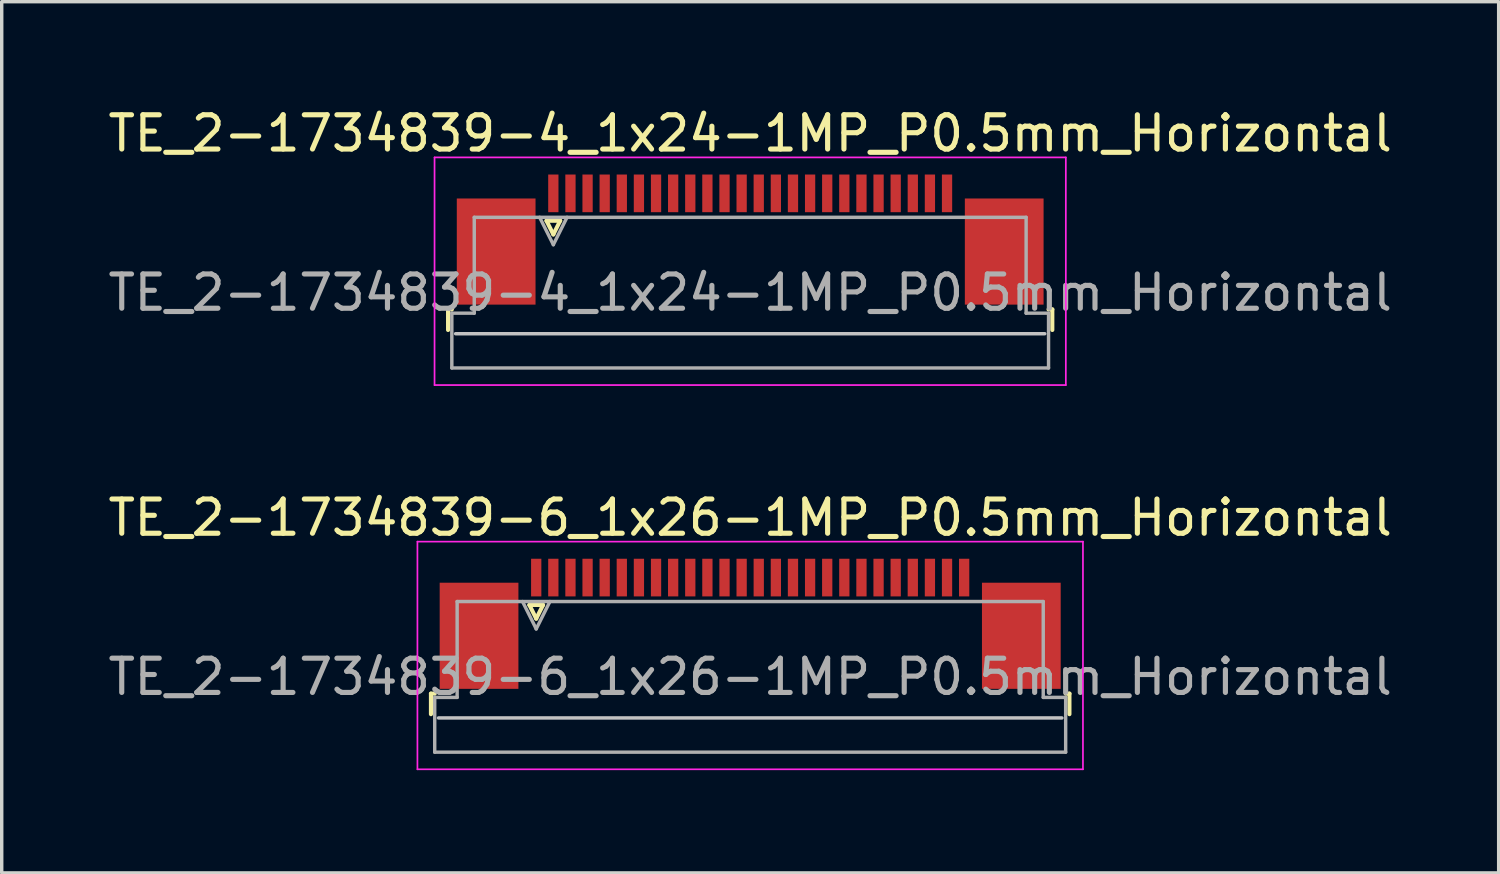
<source format=kicad_pcb>
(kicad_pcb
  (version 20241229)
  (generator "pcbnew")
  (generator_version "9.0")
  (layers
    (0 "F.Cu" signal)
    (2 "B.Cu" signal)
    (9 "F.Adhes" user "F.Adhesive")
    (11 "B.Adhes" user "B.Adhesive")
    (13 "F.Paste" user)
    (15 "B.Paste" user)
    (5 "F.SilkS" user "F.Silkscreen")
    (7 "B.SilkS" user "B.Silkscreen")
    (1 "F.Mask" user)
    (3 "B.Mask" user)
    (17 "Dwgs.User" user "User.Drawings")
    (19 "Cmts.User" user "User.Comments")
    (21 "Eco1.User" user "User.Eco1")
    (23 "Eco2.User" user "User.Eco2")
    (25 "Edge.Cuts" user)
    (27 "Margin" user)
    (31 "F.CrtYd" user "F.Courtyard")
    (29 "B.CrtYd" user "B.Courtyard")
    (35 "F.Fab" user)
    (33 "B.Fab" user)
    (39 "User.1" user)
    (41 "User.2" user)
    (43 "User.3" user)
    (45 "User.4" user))
  (footprint "TE_2-1734839-4_1x24-1MP_P0.5mm_Horizontal"
    (layer "F.Cu")
    (at 18.863 3.948)
    (property "Reference" "TE_2-1734839-4_1x24-1MP_P0.5mm_Horizontal" (at 0 -3.1 0) (layer "F.SilkS") (effects (font (size 1 1) (thickness 0.15))))
    (attr smd)
    (fp_line (start -8.825 2.04) (end -8.825 2.64) (stroke (width 0.12) (type solid)) (layer "F.SilkS"))
    (fp_line (start -8.715 2.04) (end -8.825 2.04) (stroke (width 0.12) (type solid)) (layer "F.SilkS"))
    (fp_line (start -5.95 -0.55) (end -5.75 -0.15) (stroke (width 0.12) (type solid)) (layer "F.SilkS"))
    (fp_line (start -5.75 -0.15) (end -5.55 -0.55) (stroke (width 0.12) (type solid)) (layer "F.SilkS"))
    (fp_line (start -5.55 -0.55) (end -5.95 -0.55) (stroke (width 0.12) (type solid)) (layer "F.SilkS"))
    (fp_line (start 8.715 2.04) (end 8.825 2.04) (stroke (width 0.12) (type solid)) (layer "F.SilkS"))
    (fp_line (start 8.825 2.04) (end 8.825 2.64) (stroke (width 0.12) (type solid)) (layer "F.SilkS"))
    (fp_line (start 8.605 2.75) (end -8.605 2.75) (stroke (width 0.1) (type solid)) (layer "Dwgs.User"))
    (fp_line (start -9.22 -2.4) (end -9.22 4.25) (stroke (width 0.05) (type solid)) (layer "F.CrtYd"))
    (fp_line (start -9.22 4.25) (end 9.22 4.25) (stroke (width 0.05) (type solid)) (layer "F.CrtYd"))
    (fp_line (start 9.22 -2.4) (end -9.22 -2.4) (stroke (width 0.05) (type solid)) (layer "F.CrtYd"))
    (fp_line (start 9.22 4.25) (end 9.22 -2.4) (stroke (width 0.05) (type solid)) (layer "F.CrtYd"))
    (fp_line (start -8.715 2.15) (end -8.06 2.15) (stroke (width 0.1) (type solid)) (layer "F.Fab"))
    (fp_line (start -8.715 3.75) (end -8.715 2.15) (stroke (width 0.1) (type solid)) (layer "F.Fab"))
    (fp_line (start -8.06 -0.65) (end 8.06 -0.65) (stroke (width 0.1) (type solid)) (layer "F.Fab"))
    (fp_line (start -8.06 2.15) (end -8.06 -0.65) (stroke (width 0.1) (type solid)) (layer "F.Fab"))
    (fp_line (start -6.15 -0.65) (end -5.75 0.15) (stroke (width 0.1) (type solid)) (layer "F.Fab"))
    (fp_line (start -5.75 0.15) (end -5.35 -0.65) (stroke (width 0.1) (type solid)) (layer "F.Fab"))
    (fp_line (start 8.06 -0.65) (end 8.06 2.15) (stroke (width 0.1) (type solid)) (layer "F.Fab"))
    (fp_line (start 8.06 2.15) (end 8.715 2.15) (stroke (width 0.1) (type solid)) (layer "F.Fab"))
    (fp_line (start 8.715 2.15) (end 8.715 3.75) (stroke (width 0.1) (type solid)) (layer "F.Fab"))
    (fp_line (start 8.715 3.75) (end -8.715 3.75) (stroke (width 0.1) (type solid)) (layer "F.Fab"))
    (fp_text user "${REFERENCE}" (at 0 1.55 0) (layer "F.Fab") (effects (font (size 1 1) (thickness 0.15))))
    (pad "1" smd rect (at -5.75 -1.35) (size 0.3 1.1) (layers "F.Cu" "F.Mask" "F.Paste"))
    (pad "2" smd rect (at -5.25 -1.35) (size 0.3 1.1) (layers "F.Cu" "F.Mask" "F.Paste"))
    (pad "3" smd rect (at -4.75 -1.35) (size 0.3 1.1) (layers "F.Cu" "F.Mask" "F.Paste"))
    (pad "4" smd rect (at -4.25 -1.35) (size 0.3 1.1) (layers "F.Cu" "F.Mask" "F.Paste"))
    (pad "5" smd rect (at -3.75 -1.35) (size 0.3 1.1) (layers "F.Cu" "F.Mask" "F.Paste"))
    (pad "6" smd rect (at -3.25 -1.35) (size 0.3 1.1) (layers "F.Cu" "F.Mask" "F.Paste"))
    (pad "7" smd rect (at -2.75 -1.35) (size 0.3 1.1) (layers "F.Cu" "F.Mask" "F.Paste"))
    (pad "8" smd rect (at -2.25 -1.35) (size 0.3 1.1) (layers "F.Cu" "F.Mask" "F.Paste"))
    (pad "9" smd rect (at -1.75 -1.35) (size 0.3 1.1) (layers "F.Cu" "F.Mask" "F.Paste"))
    (pad "10" smd rect (at -1.25 -1.35) (size 0.3 1.1) (layers "F.Cu" "F.Mask" "F.Paste"))
    (pad "11" smd rect (at -0.75 -1.35) (size 0.3 1.1) (layers "F.Cu" "F.Mask" "F.Paste"))
    (pad "12" smd rect (at -0.25 -1.35) (size 0.3 1.1) (layers "F.Cu" "F.Mask" "F.Paste"))
    (pad "13" smd rect (at 0.25 -1.35) (size 0.3 1.1) (layers "F.Cu" "F.Mask" "F.Paste"))
    (pad "14" smd rect (at 0.75 -1.35) (size 0.3 1.1) (layers "F.Cu" "F.Mask" "F.Paste"))
    (pad "15" smd rect (at 1.25 -1.35) (size 0.3 1.1) (layers "F.Cu" "F.Mask" "F.Paste"))
    (pad "16" smd rect (at 1.75 -1.35) (size 0.3 1.1) (layers "F.Cu" "F.Mask" "F.Paste"))
    (pad "17" smd rect (at 2.25 -1.35) (size 0.3 1.1) (layers "F.Cu" "F.Mask" "F.Paste"))
    (pad "18" smd rect (at 2.75 -1.35) (size 0.3 1.1) (layers "F.Cu" "F.Mask" "F.Paste"))
    (pad "19" smd rect (at 3.25 -1.35) (size 0.3 1.1) (layers "F.Cu" "F.Mask" "F.Paste"))
    (pad "20" smd rect (at 3.75 -1.35) (size 0.3 1.1) (layers "F.Cu" "F.Mask" "F.Paste"))
    (pad "21" smd rect (at 4.25 -1.35) (size 0.3 1.1) (layers "F.Cu" "F.Mask" "F.Paste"))
    (pad "22" smd rect (at 4.75 -1.35) (size 0.3 1.1) (layers "F.Cu" "F.Mask" "F.Paste"))
    (pad "23" smd rect (at 5.25 -1.35) (size 0.3 1.1) (layers "F.Cu" "F.Mask" "F.Paste"))
    (pad "24" smd rect (at 5.75 -1.35) (size 0.3 1.1) (layers "F.Cu" "F.Mask" "F.Paste"))
    (pad "MP" smd rect (at -7.42 0.35) (size 2.3 3.1) (layers "F.Cu" "F.Mask" "F.Paste"))
    (pad "MP" smd rect (at 7.42 0.35) (size 2.3 3.1) (layers "F.Cu" "F.Mask" "F.Paste")))
  (footprint "TE_2-1734839-6_1x26-1MP_P0.5mm_Horizontal"
    (layer "F.Cu")
    (at 18.863 15.171)
    (property "Reference" "TE_2-1734839-6_1x26-1MP_P0.5mm_Horizontal" (at 0 -3.1 0) (layer "F.SilkS") (effects (font (size 1 1) (thickness 0.15))))
    (attr smd)
    (fp_line (start -9.325 2.04) (end -9.325 2.64) (stroke (width 0.12) (type solid)) (layer "F.SilkS"))
    (fp_line (start -9.215 2.04) (end -9.325 2.04) (stroke (width 0.12) (type solid)) (layer "F.SilkS"))
    (fp_line (start -6.45 -0.55) (end -6.25 -0.15) (stroke (width 0.12) (type solid)) (layer "F.SilkS"))
    (fp_line (start -6.25 -0.15) (end -6.05 -0.55) (stroke (width 0.12) (type solid)) (layer "F.SilkS"))
    (fp_line (start -6.05 -0.55) (end -6.45 -0.55) (stroke (width 0.12) (type solid)) (layer "F.SilkS"))
    (fp_line (start 9.215 2.04) (end 9.325 2.04) (stroke (width 0.12) (type solid)) (layer "F.SilkS"))
    (fp_line (start 9.325 2.04) (end 9.325 2.64) (stroke (width 0.12) (type solid)) (layer "F.SilkS"))
    (fp_line (start 9.105 2.75) (end -9.105 2.75) (stroke (width 0.1) (type solid)) (layer "Dwgs.User"))
    (fp_line (start -9.72 -2.4) (end -9.72 4.25) (stroke (width 0.05) (type solid)) (layer "F.CrtYd"))
    (fp_line (start -9.72 4.25) (end 9.72 4.25) (stroke (width 0.05) (type solid)) (layer "F.CrtYd"))
    (fp_line (start 9.72 -2.4) (end -9.72 -2.4) (stroke (width 0.05) (type solid)) (layer "F.CrtYd"))
    (fp_line (start 9.72 4.25) (end 9.72 -2.4) (stroke (width 0.05) (type solid)) (layer "F.CrtYd"))
    (fp_line (start -9.215 2.15) (end -8.56 2.15) (stroke (width 0.1) (type solid)) (layer "F.Fab"))
    (fp_line (start -9.215 3.75) (end -9.215 2.15) (stroke (width 0.1) (type solid)) (layer "F.Fab"))
    (fp_line (start -8.56 -0.65) (end 8.56 -0.65) (stroke (width 0.1) (type solid)) (layer "F.Fab"))
    (fp_line (start -8.56 2.15) (end -8.56 -0.65) (stroke (width 0.1) (type solid)) (layer "F.Fab"))
    (fp_line (start -6.65 -0.65) (end -6.25 0.15) (stroke (width 0.1) (type solid)) (layer "F.Fab"))
    (fp_line (start -6.25 0.15) (end -5.85 -0.65) (stroke (width 0.1) (type solid)) (layer "F.Fab"))
    (fp_line (start 8.56 -0.65) (end 8.56 2.15) (stroke (width 0.1) (type solid)) (layer "F.Fab"))
    (fp_line (start 8.56 2.15) (end 9.215 2.15) (stroke (width 0.1) (type solid)) (layer "F.Fab"))
    (fp_line (start 9.215 2.15) (end 9.215 3.75) (stroke (width 0.1) (type solid)) (layer "F.Fab"))
    (fp_line (start 9.215 3.75) (end -9.215 3.75) (stroke (width 0.1) (type solid)) (layer "F.Fab"))
    (fp_text user "${REFERENCE}" (at 0 1.55 0) (layer "F.Fab") (effects (font (size 1 1) (thickness 0.15))))
    (pad "1" smd rect (at -6.25 -1.35) (size 0.3 1.1) (layers "F.Cu" "F.Mask" "F.Paste"))
    (pad "2" smd rect (at -5.75 -1.35) (size 0.3 1.1) (layers "F.Cu" "F.Mask" "F.Paste"))
    (pad "3" smd rect (at -5.25 -1.35) (size 0.3 1.1) (layers "F.Cu" "F.Mask" "F.Paste"))
    (pad "4" smd rect (at -4.75 -1.35) (size 0.3 1.1) (layers "F.Cu" "F.Mask" "F.Paste"))
    (pad "5" smd rect (at -4.25 -1.35) (size 0.3 1.1) (layers "F.Cu" "F.Mask" "F.Paste"))
    (pad "6" smd rect (at -3.75 -1.35) (size 0.3 1.1) (layers "F.Cu" "F.Mask" "F.Paste"))
    (pad "7" smd rect (at -3.25 -1.35) (size 0.3 1.1) (layers "F.Cu" "F.Mask" "F.Paste"))
    (pad "8" smd rect (at -2.75 -1.35) (size 0.3 1.1) (layers "F.Cu" "F.Mask" "F.Paste"))
    (pad "9" smd rect (at -2.25 -1.35) (size 0.3 1.1) (layers "F.Cu" "F.Mask" "F.Paste"))
    (pad "10" smd rect (at -1.75 -1.35) (size 0.3 1.1) (layers "F.Cu" "F.Mask" "F.Paste"))
    (pad "11" smd rect (at -1.25 -1.35) (size 0.3 1.1) (layers "F.Cu" "F.Mask" "F.Paste"))
    (pad "12" smd rect (at -0.75 -1.35) (size 0.3 1.1) (layers "F.Cu" "F.Mask" "F.Paste"))
    (pad "13" smd rect (at -0.25 -1.35) (size 0.3 1.1) (layers "F.Cu" "F.Mask" "F.Paste"))
    (pad "14" smd rect (at 0.25 -1.35) (size 0.3 1.1) (layers "F.Cu" "F.Mask" "F.Paste"))
    (pad "15" smd rect (at 0.75 -1.35) (size 0.3 1.1) (layers "F.Cu" "F.Mask" "F.Paste"))
    (pad "16" smd rect (at 1.25 -1.35) (size 0.3 1.1) (layers "F.Cu" "F.Mask" "F.Paste"))
    (pad "17" smd rect (at 1.75 -1.35) (size 0.3 1.1) (layers "F.Cu" "F.Mask" "F.Paste"))
    (pad "18" smd rect (at 2.25 -1.35) (size 0.3 1.1) (layers "F.Cu" "F.Mask" "F.Paste"))
    (pad "19" smd rect (at 2.75 -1.35) (size 0.3 1.1) (layers "F.Cu" "F.Mask" "F.Paste"))
    (pad "20" smd rect (at 3.25 -1.35) (size 0.3 1.1) (layers "F.Cu" "F.Mask" "F.Paste"))
    (pad "21" smd rect (at 3.75 -1.35) (size 0.3 1.1) (layers "F.Cu" "F.Mask" "F.Paste"))
    (pad "22" smd rect (at 4.25 -1.35) (size 0.3 1.1) (layers "F.Cu" "F.Mask" "F.Paste"))
    (pad "23" smd rect (at 4.75 -1.35) (size 0.3 1.1) (layers "F.Cu" "F.Mask" "F.Paste"))
    (pad "24" smd rect (at 5.25 -1.35) (size 0.3 1.1) (layers "F.Cu" "F.Mask" "F.Paste"))
    (pad "25" smd rect (at 5.75 -1.35) (size 0.3 1.1) (layers "F.Cu" "F.Mask" "F.Paste"))
    (pad "26" smd rect (at 6.25 -1.35) (size 0.3 1.1) (layers "F.Cu" "F.Mask" "F.Paste"))
    (pad "MP" smd rect (at -7.92 0.35) (size 2.3 3.1) (layers "F.Cu" "F.Mask" "F.Paste"))
    (pad "MP" smd rect (at 7.92 0.35) (size 2.3 3.1) (layers "F.Cu" "F.Mask" "F.Paste")))
  (gr_rect
    (start -3 -3)
    (end 40.726 22.447)
    (stroke (width 0.1) (type default))
    (fill no)
    (layer "Edge.Cuts")))
</source>
